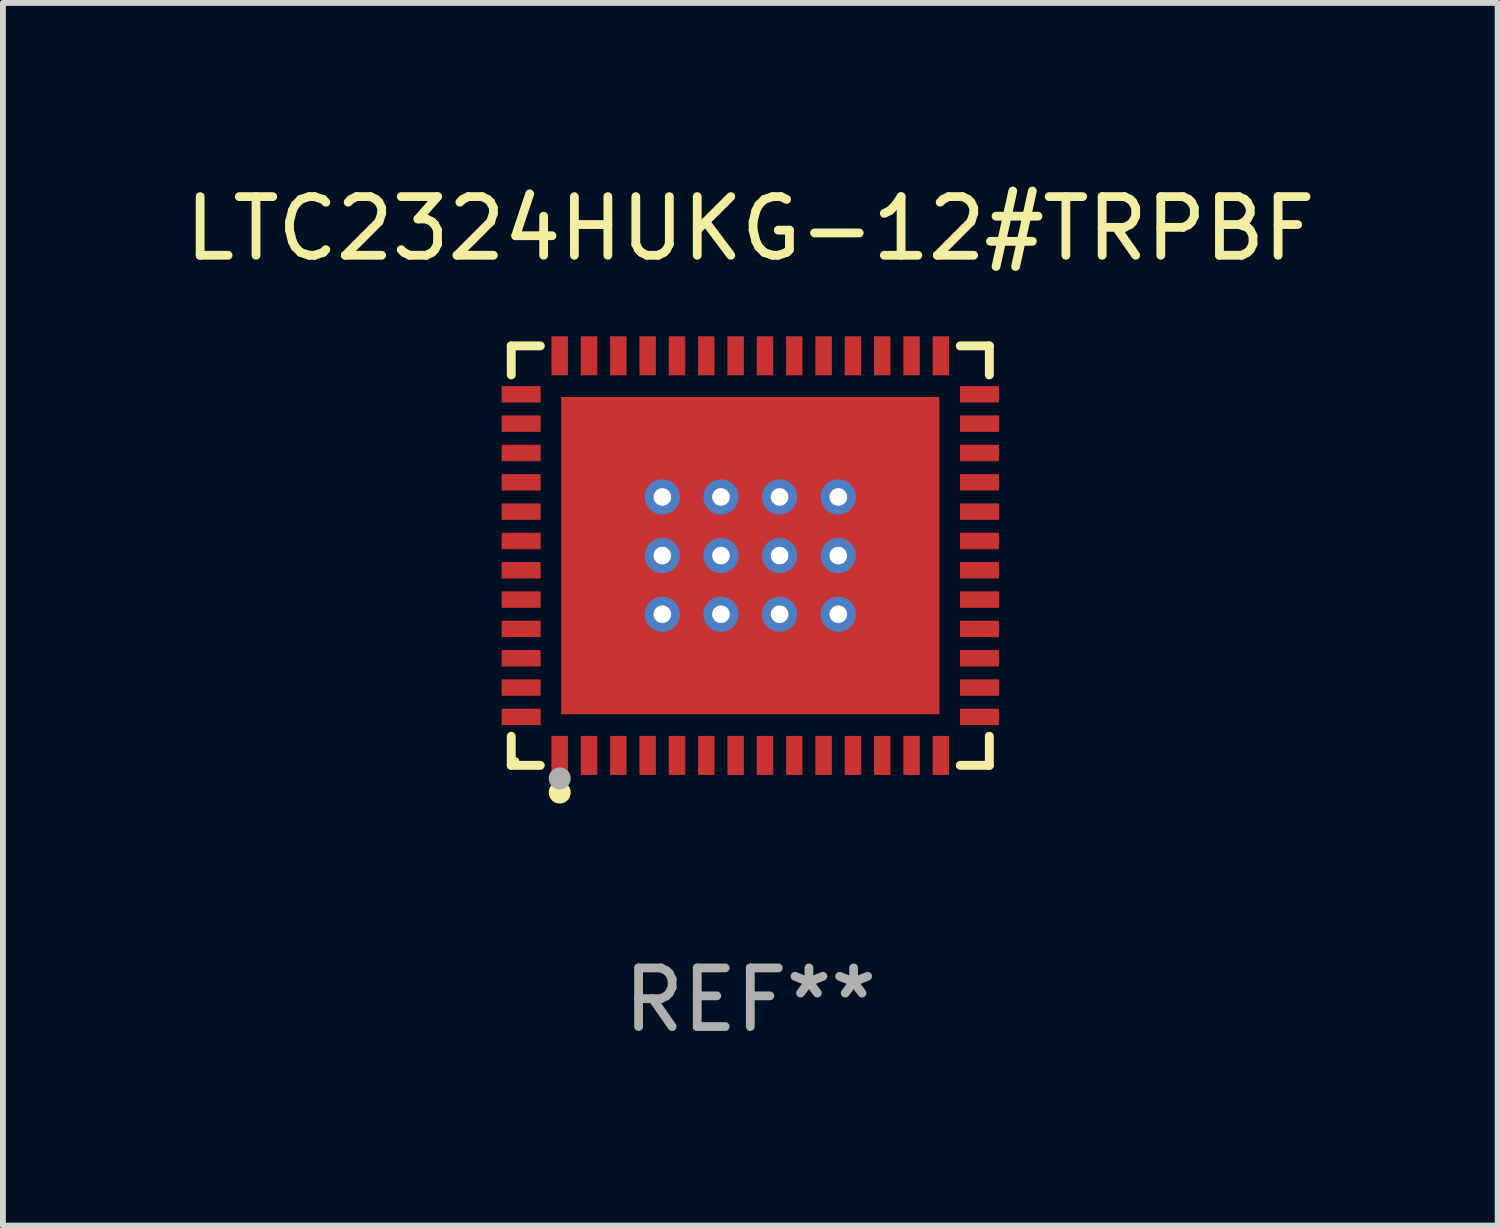
<source format=kicad_pcb>
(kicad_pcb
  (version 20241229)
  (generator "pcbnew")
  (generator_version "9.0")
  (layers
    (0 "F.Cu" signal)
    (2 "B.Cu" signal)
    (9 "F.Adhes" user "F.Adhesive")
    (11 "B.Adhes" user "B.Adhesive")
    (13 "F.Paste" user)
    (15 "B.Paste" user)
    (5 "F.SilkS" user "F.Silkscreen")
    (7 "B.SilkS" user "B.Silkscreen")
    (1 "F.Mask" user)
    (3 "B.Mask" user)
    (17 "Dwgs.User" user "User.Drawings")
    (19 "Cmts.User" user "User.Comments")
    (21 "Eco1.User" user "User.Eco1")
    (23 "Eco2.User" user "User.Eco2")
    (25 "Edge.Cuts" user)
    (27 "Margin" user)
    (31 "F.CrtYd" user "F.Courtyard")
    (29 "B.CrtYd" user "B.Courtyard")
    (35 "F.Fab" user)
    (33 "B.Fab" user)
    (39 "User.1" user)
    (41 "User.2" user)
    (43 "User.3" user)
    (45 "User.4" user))
  (footprint "LTC2324HUKG-12#TRPBF"
    (layer "F.Cu")
    (at 9.744 6.424)
    (property "Reference" "LTC2324HUKG-12#TRPBF" (at 0 -5.576 0) (layer "F.SilkS") (effects (font (size 1 1) (thickness 0.15))))
    (attr through_hole)
    (fp_line (start -4.076 -3.576) (end -3.581 -3.576) (stroke (width 0.152) (type solid)) (layer "F.SilkS"))
    (fp_line (start -4.076 -3.081) (end -4.076 -3.576) (stroke (width 0.152) (type solid)) (layer "F.SilkS"))
    (fp_line (start -4.076 3.081) (end -4.076 3.576) (stroke (width 0.152) (type solid)) (layer "F.SilkS"))
    (fp_line (start -4.076 3.576) (end -3.581 3.576) (stroke (width 0.152) (type solid)) (layer "F.SilkS"))
    (fp_line (start 4.076 -3.576) (end 3.581 -3.576) (stroke (width 0.152) (type solid)) (layer "F.SilkS"))
    (fp_line (start 4.076 -3.081) (end 4.076 -3.576) (stroke (width 0.152) (type solid)) (layer "F.SilkS"))
    (fp_line (start 4.076 3.081) (end 4.076 3.576) (stroke (width 0.152) (type solid)) (layer "F.SilkS"))
    (fp_line (start 4.076 3.576) (end 3.581 3.576) (stroke (width 0.152) (type solid)) (layer "F.SilkS"))
    (fp_circle (center -4 3.5) (end -3.97 3.5) (stroke (width 0.06) (type solid)) (fill no) (layer "F.SilkS"))
    (fp_circle (center -3.25 4.04) (end -3.156 4.04) (stroke (width 0.188) (type solid)) (fill no) (layer "F.SilkS"))
    (fp_circle (center -3.25 3.8) (end -3.156 3.8) (stroke (width 0.188) (type solid)) (fill no) (layer "F.Fab"))
    (fp_text user "REF**" (at 0 7.576 0) (layer "F.Fab") (effects (font (size 1 1) (thickness 0.15))))
    (pad "1" smd rect (at -3.25 3.407) (size 0.28 0.665) (layers "F.Cu" "F.Mask" "F.Paste"))
    (pad "2" smd rect (at -2.75 3.407) (size 0.28 0.665) (layers "F.Cu" "F.Mask" "F.Paste"))
    (pad "3" smd rect (at -2.25 3.407) (size 0.28 0.665) (layers "F.Cu" "F.Mask" "F.Paste"))
    (pad "4" smd rect (at -1.75 3.407) (size 0.28 0.665) (layers "F.Cu" "F.Mask" "F.Paste"))
    (pad "5" smd rect (at -1.25 3.407) (size 0.28 0.665) (layers "F.Cu" "F.Mask" "F.Paste"))
    (pad "6" smd rect (at -0.75 3.407) (size 0.28 0.665) (layers "F.Cu" "F.Mask" "F.Paste"))
    (pad "7" smd rect (at -0.25 3.407) (size 0.28 0.665) (layers "F.Cu" "F.Mask" "F.Paste"))
    (pad "8" smd rect (at 0.25 3.407) (size 0.28 0.665) (layers "F.Cu" "F.Mask" "F.Paste"))
    (pad "9" smd rect (at 0.75 3.407) (size 0.28 0.665) (layers "F.Cu" "F.Mask" "F.Paste"))
    (pad "10" smd rect (at 1.25 3.407) (size 0.28 0.665) (layers "F.Cu" "F.Mask" "F.Paste"))
    (pad "11" smd rect (at 1.75 3.407) (size 0.28 0.665) (layers "F.Cu" "F.Mask" "F.Paste"))
    (pad "12" smd rect (at 2.25 3.407) (size 0.28 0.665) (layers "F.Cu" "F.Mask" "F.Paste"))
    (pad "13" smd rect (at 2.75 3.407) (size 0.28 0.665) (layers "F.Cu" "F.Mask" "F.Paste"))
    (pad "14" smd rect (at 3.25 3.407) (size 0.28 0.665) (layers "F.Cu" "F.Mask" "F.Paste"))
    (pad "15" smd rect (at 3.908 2.75) (size 0.665 0.28) (layers "F.Cu" "F.Mask" "F.Paste"))
    (pad "16" smd rect (at 3.908 2.25) (size 0.665 0.28) (layers "F.Cu" "F.Mask" "F.Paste"))
    (pad "17" smd rect (at 3.908 1.75) (size 0.665 0.28) (layers "F.Cu" "F.Mask" "F.Paste"))
    (pad "18" smd rect (at 3.908 1.25) (size 0.665 0.28) (layers "F.Cu" "F.Mask" "F.Paste"))
    (pad "19" smd rect (at 3.908 0.75) (size 0.665 0.28) (layers "F.Cu" "F.Mask" "F.Paste"))
    (pad "20" smd rect (at 3.908 0.25) (size 0.665 0.28) (layers "F.Cu" "F.Mask" "F.Paste"))
    (pad "21" smd rect (at 3.908 -0.25) (size 0.665 0.28) (layers "F.Cu" "F.Mask" "F.Paste"))
    (pad "22" smd rect (at 3.908 -0.75) (size 0.665 0.28) (layers "F.Cu" "F.Mask" "F.Paste"))
    (pad "23" smd rect (at 3.908 -1.25) (size 0.665 0.28) (layers "F.Cu" "F.Mask" "F.Paste"))
    (pad "24" smd rect (at 3.908 -1.75) (size 0.665 0.28) (layers "F.Cu" "F.Mask" "F.Paste"))
    (pad "25" smd rect (at 3.908 -2.25) (size 0.665 0.28) (layers "F.Cu" "F.Mask" "F.Paste"))
    (pad "26" smd rect (at 3.908 -2.75) (size 0.665 0.28) (layers "F.Cu" "F.Mask" "F.Paste"))
    (pad "27" smd rect (at 3.25 -3.407) (size 0.28 0.665) (layers "F.Cu" "F.Mask" "F.Paste"))
    (pad "28" smd rect (at 2.75 -3.407) (size 0.28 0.665) (layers "F.Cu" "F.Mask" "F.Paste"))
    (pad "29" smd rect (at 2.25 -3.407) (size 0.28 0.665) (layers "F.Cu" "F.Mask" "F.Paste"))
    (pad "30" smd rect (at 1.75 -3.407) (size 0.28 0.665) (layers "F.Cu" "F.Mask" "F.Paste"))
    (pad "31" smd rect (at 1.25 -3.407) (size 0.28 0.665) (layers "F.Cu" "F.Mask" "F.Paste"))
    (pad "32" smd rect (at 0.75 -3.407) (size 0.28 0.665) (layers "F.Cu" "F.Mask" "F.Paste"))
    (pad "33" smd rect (at 0.25 -3.407) (size 0.28 0.665) (layers "F.Cu" "F.Mask" "F.Paste"))
    (pad "34" smd rect (at -0.25 -3.407) (size 0.28 0.665) (layers "F.Cu" "F.Mask" "F.Paste"))
    (pad "35" smd rect (at -0.75 -3.407) (size 0.28 0.665) (layers "F.Cu" "F.Mask" "F.Paste"))
    (pad "36" smd rect (at -1.25 -3.407) (size 0.28 0.665) (layers "F.Cu" "F.Mask" "F.Paste"))
    (pad "37" smd rect (at -1.75 -3.407) (size 0.28 0.665) (layers "F.Cu" "F.Mask" "F.Paste"))
    (pad "38" smd rect (at -2.25 -3.407) (size 0.28 0.665) (layers "F.Cu" "F.Mask" "F.Paste"))
    (pad "39" smd rect (at -2.75 -3.407) (size 0.28 0.665) (layers "F.Cu" "F.Mask" "F.Paste"))
    (pad "40" smd rect (at -3.25 -3.407) (size 0.28 0.665) (layers "F.Cu" "F.Mask" "F.Paste"))
    (pad "41" smd rect (at -3.908 -2.75) (size 0.665 0.28) (layers "F.Cu" "F.Mask" "F.Paste"))
    (pad "42" smd rect (at -3.908 -2.25) (size 0.665 0.28) (layers "F.Cu" "F.Mask" "F.Paste"))
    (pad "43" smd rect (at -3.908 -1.75) (size 0.665 0.28) (layers "F.Cu" "F.Mask" "F.Paste"))
    (pad "44" smd rect (at -3.908 -1.25) (size 0.665 0.28) (layers "F.Cu" "F.Mask" "F.Paste"))
    (pad "45" smd rect (at -3.908 -0.75) (size 0.665 0.28) (layers "F.Cu" "F.Mask" "F.Paste"))
    (pad "46" smd rect (at -3.908 -0.25) (size 0.665 0.28) (layers "F.Cu" "F.Mask" "F.Paste"))
    (pad "47" smd rect (at -3.908 0.25) (size 0.665 0.28) (layers "F.Cu" "F.Mask" "F.Paste"))
    (pad "48" smd rect (at -3.908 0.75) (size 0.665 0.28) (layers "F.Cu" "F.Mask" "F.Paste"))
    (pad "49" smd rect (at -3.908 1.25) (size 0.665 0.28) (layers "F.Cu" "F.Mask" "F.Paste"))
    (pad "50" smd rect (at -3.908 1.75) (size 0.665 0.28) (layers "F.Cu" "F.Mask" "F.Paste"))
    (pad "51" smd rect (at -3.908 2.25) (size 0.665 0.28) (layers "F.Cu" "F.Mask" "F.Paste"))
    (pad "52" smd rect (at -3.908 2.75) (size 0.665 0.28) (layers "F.Cu" "F.Mask" "F.Paste"))
    (pad "53" thru_hole circle (at -1.5 -1) (size 0.6 0.6) (drill 0.3) (layers "*.Cu" "*.Mask"))
    (pad "53" thru_hole circle (at -1.5 0) (size 0.6 0.6) (drill 0.3) (layers "*.Cu" "*.Mask"))
    (pad "53" thru_hole circle (at -1.5 1) (size 0.6 0.6) (drill 0.3) (layers "*.Cu" "*.Mask"))
    (pad "53" thru_hole circle (at -0.5 -1) (size 0.6 0.6) (drill 0.3) (layers "*.Cu" "*.Mask"))
    (pad "53" thru_hole circle (at -0.5 0) (size 0.6 0.6) (drill 0.3) (layers "*.Cu" "*.Mask"))
    (pad "53" thru_hole circle (at -0.5 1) (size 0.6 0.6) (drill 0.3) (layers "*.Cu" "*.Mask"))
    (pad "53" smd rect (at 0 0) (size 6.45 5.41) (layers "F.Cu" "F.Mask" "F.Paste"))
    (pad "53" thru_hole circle (at 0.5 -1) (size 0.6 0.6) (drill 0.3) (layers "*.Cu" "*.Mask"))
    (pad "53" thru_hole circle (at 0.5 0) (size 0.6 0.6) (drill 0.3) (layers "*.Cu" "*.Mask"))
    (pad "53" thru_hole circle (at 0.5 1) (size 0.6 0.6) (drill 0.3) (layers "*.Cu" "*.Mask"))
    (pad "53" thru_hole circle (at 1.5 -1) (size 0.6 0.6) (drill 0.3) (layers "*.Cu" "*.Mask"))
    (pad "53" thru_hole circle (at 1.5 0) (size 0.6 0.6) (drill 0.3) (layers "*.Cu" "*.Mask"))
    (pad "53" thru_hole circle (at 1.5 1) (size 0.6 0.6) (drill 0.3) (layers "*.Cu" "*.Mask")))
  (gr_rect
    (start -3 -3)
    (end 22.488 17.849)
    (stroke (width 0.1) (type default))
    (fill no)
    (layer "Edge.Cuts")))
</source>
